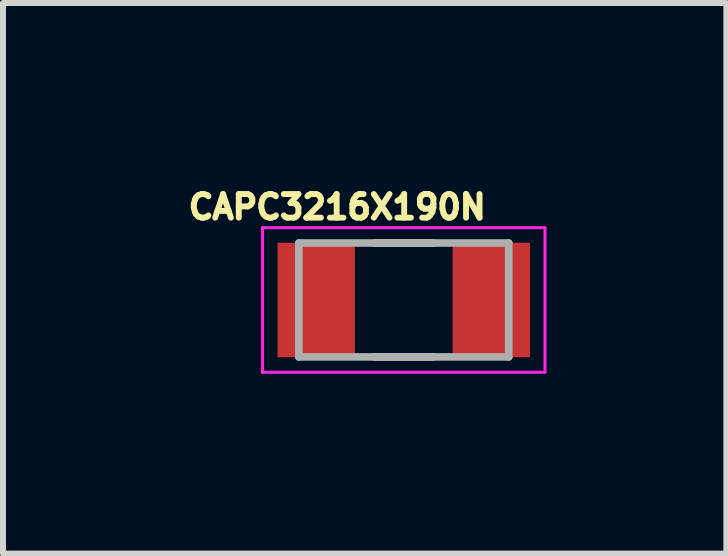
<source format=kicad_pcb>
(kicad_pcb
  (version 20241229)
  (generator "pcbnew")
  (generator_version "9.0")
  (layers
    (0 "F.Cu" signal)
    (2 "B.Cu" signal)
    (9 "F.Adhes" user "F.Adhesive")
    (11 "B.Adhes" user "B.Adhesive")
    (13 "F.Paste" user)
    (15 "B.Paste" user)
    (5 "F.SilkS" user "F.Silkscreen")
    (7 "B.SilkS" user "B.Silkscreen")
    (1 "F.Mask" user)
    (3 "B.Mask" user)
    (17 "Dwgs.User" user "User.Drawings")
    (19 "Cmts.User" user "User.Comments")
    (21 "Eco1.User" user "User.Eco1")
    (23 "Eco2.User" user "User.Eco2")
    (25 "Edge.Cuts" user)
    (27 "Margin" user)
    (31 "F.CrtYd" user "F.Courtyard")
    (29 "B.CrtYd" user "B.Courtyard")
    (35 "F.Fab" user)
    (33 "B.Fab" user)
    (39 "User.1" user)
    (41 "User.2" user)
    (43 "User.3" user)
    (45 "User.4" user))
  (footprint "CAPC3216X190N"
    (layer "F.Cu")
    (at 3.684 1.953)
    (property "Reference" "CAPC3216X190N" (at -1.11 -1.55 0) (layer "F.SilkS") (effects (font (size 0.394 0.394) (thickness 0.15))))
    (attr smd)
    (fp_line (start -0.49 -0.95) (end 0.49 -0.95) (stroke (width 0.127) (type solid)) (layer "F.SilkS"))
    (fp_line (start -0.49 0.95) (end 0.49 0.95) (stroke (width 0.127) (type solid)) (layer "F.SilkS"))
    (fp_line (start -2.355 -1.205) (end 2.355 -1.205) (stroke (width 0.05) (type solid)) (layer "F.CrtYd"))
    (fp_line (start -2.355 1.205) (end -2.355 -1.205) (stroke (width 0.05) (type solid)) (layer "F.CrtYd"))
    (fp_line (start -2.355 1.205) (end 2.355 1.205) (stroke (width 0.05) (type solid)) (layer "F.CrtYd"))
    (fp_line (start 2.355 1.205) (end 2.355 -1.205) (stroke (width 0.05) (type solid)) (layer "F.CrtYd"))
    (fp_line (start -1.75 0.95) (end -1.75 -0.95) (stroke (width 0.127) (type solid)) (layer "F.Fab"))
    (fp_line (start 1.75 -0.95) (end -1.75 -0.95) (stroke (width 0.127) (type solid)) (layer "F.Fab"))
    (fp_line (start 1.75 0.95) (end -1.75 0.95) (stroke (width 0.127) (type solid)) (layer "F.Fab"))
    (fp_line (start 1.75 0.95) (end 1.75 -0.95) (stroke (width 0.127) (type solid)) (layer "F.Fab"))
    (pad "1" smd rect (at -1.46 0) (size 1.29 1.91) (layers "F.Cu" "F.Mask" "F.Paste"))
    (pad "2" smd rect (at 1.46 0) (size 1.29 1.91) (layers "F.Cu" "F.Mask" "F.Paste")))
  (gr_rect
    (start -3 -3)
    (end 9.064 6.183)
    (stroke (width 0.1) (type default))
    (fill no)
    (layer "Edge.Cuts")))
</source>
